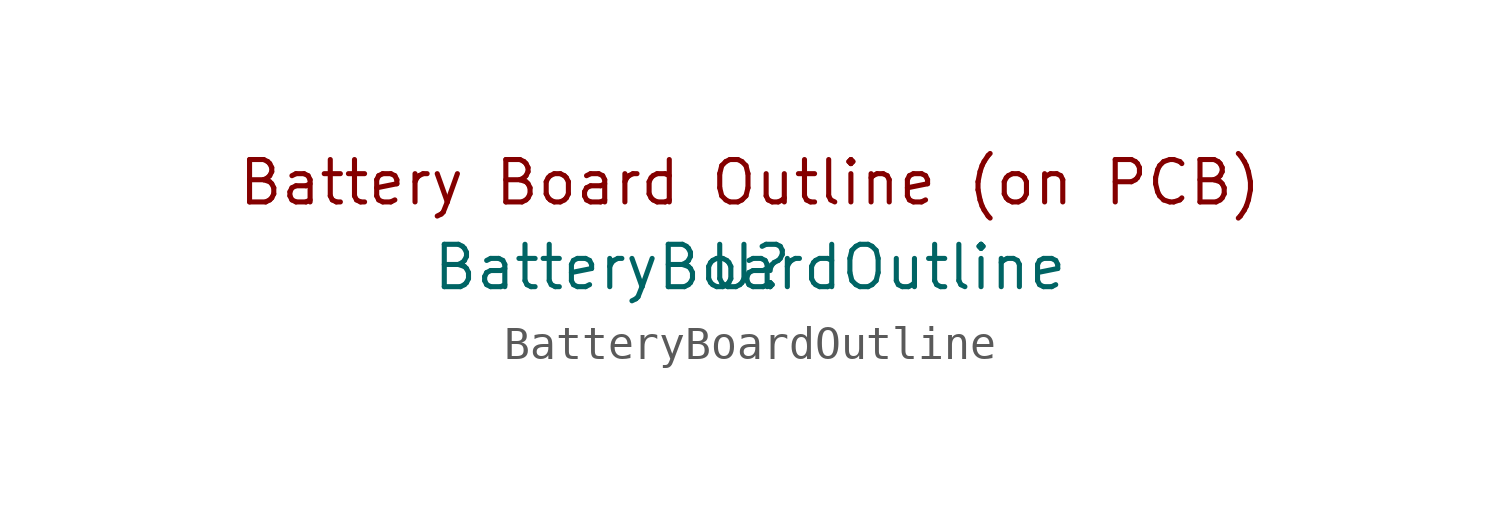
<source format=kicad_sym>
(kicad_symbol_lib
  (version 20211014)
  (generator kicad_symbol_editor)
  (symbol "BatteryBoardOutline"
    (property "Reference" "U"
      (at 0 0 0)
      (effects (font (size 1.27 1.27))))
    (property "Value" "BatteryBoardOutline"
      (at 0 0 0)
      (effects (font (size 1.27 1.27))))
    (symbol "BatteryBoardOutline_0_0"
      (text "Battery Board Outline (on PCB)" (at 0 2.54 0) (effects (font (size 1.27 1.27)))))))
</source>
